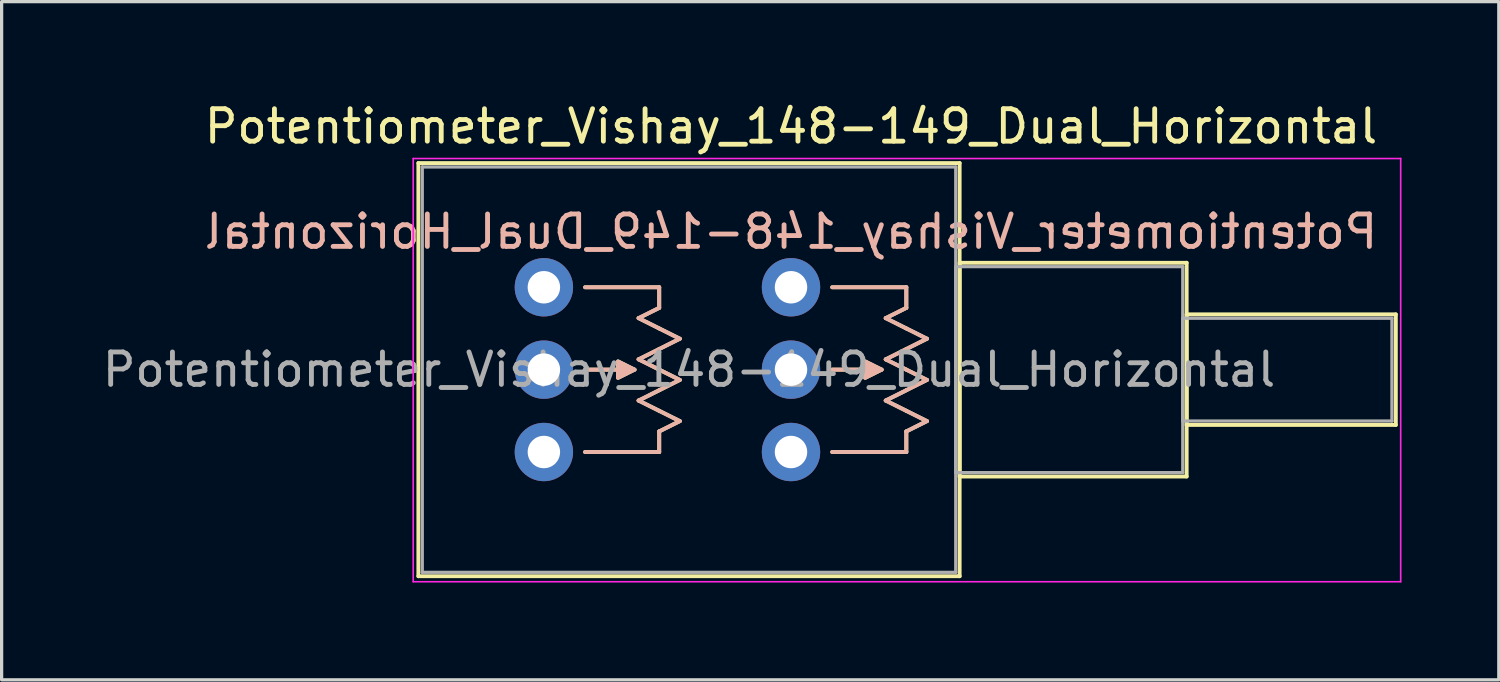
<source format=kicad_pcb>
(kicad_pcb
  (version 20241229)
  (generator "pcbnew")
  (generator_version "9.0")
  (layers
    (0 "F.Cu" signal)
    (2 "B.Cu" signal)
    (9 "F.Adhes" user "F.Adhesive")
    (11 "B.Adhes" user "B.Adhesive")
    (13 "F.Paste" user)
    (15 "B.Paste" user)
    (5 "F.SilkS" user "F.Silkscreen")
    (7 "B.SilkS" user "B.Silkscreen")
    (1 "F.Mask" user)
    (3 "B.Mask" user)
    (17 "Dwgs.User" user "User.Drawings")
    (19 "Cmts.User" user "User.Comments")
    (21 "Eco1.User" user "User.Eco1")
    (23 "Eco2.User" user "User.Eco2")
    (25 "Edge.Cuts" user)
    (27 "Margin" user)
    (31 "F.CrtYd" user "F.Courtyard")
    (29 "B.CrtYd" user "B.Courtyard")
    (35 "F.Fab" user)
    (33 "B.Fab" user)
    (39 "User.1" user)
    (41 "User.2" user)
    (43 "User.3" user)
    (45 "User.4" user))
  (footprint "Potentiometer_Vishay_148-149_Dual_Horizontal"
    (layer "F.Cu")
    (at 21.341 10.888)
    (property "Reference" "Potentiometer_Vishay_148-149_Dual_Horizontal" (at 0 -10.04 0) (layer "F.SilkS") (effects (font (size 1 1) (thickness 0.15))))
    (attr through_hole)
    (fp_line (start -11.49 -8.91) (end -11.49 3.83) (stroke (width 0.12) (type solid)) (layer "F.SilkS"))
    (fp_line (start -11.49 -8.91) (end 5.2 -8.91) (stroke (width 0.12) (type solid)) (layer "F.SilkS"))
    (fp_line (start -11.49 3.83) (end 5.2 3.83) (stroke (width 0.12) (type solid)) (layer "F.SilkS"))
    (fp_line (start -6.35 -5.08) (end -4.064 -5.08) (stroke (width 0.12) (type solid)) (layer "F.SilkS"))
    (fp_line (start -6.35 0) (end -4.064 0) (stroke (width 0.12) (type solid)) (layer "F.SilkS"))
    (fp_line (start -4.826 -2.54) (end -6.35 -2.54) (stroke (width 0.12) (type solid)) (layer "F.SilkS"))
    (fp_line (start -4.699 -4.128) (end -4.064 -3.81) (stroke (width 0.12) (type solid)) (layer "F.SilkS"))
    (fp_line (start -4.699 -2.857) (end -4.064 -2.54) (stroke (width 0.12) (type solid)) (layer "F.SilkS"))
    (fp_line (start -4.699 -1.587) (end -4.064 -1.27) (stroke (width 0.12) (type solid)) (layer "F.SilkS"))
    (fp_line (start -4.064 -5.08) (end -4.064 -4.445) (stroke (width 0.12) (type solid)) (layer "F.SilkS"))
    (fp_line (start -4.064 -4.445) (end -4.699 -4.128) (stroke (width 0.12) (type solid)) (layer "F.SilkS"))
    (fp_line (start -4.064 -3.175) (end -4.699 -2.857) (stroke (width 0.12) (type solid)) (layer "F.SilkS"))
    (fp_line (start -4.064 -3.175) (end -3.429 -3.493) (stroke (width 0.12) (type solid)) (layer "F.SilkS"))
    (fp_line (start -4.064 -1.905) (end -4.699 -1.587) (stroke (width 0.12) (type solid)) (layer "F.SilkS"))
    (fp_line (start -4.064 -1.905) (end -3.429 -2.223) (stroke (width 0.12) (type solid)) (layer "F.SilkS"))
    (fp_line (start -4.064 -0.635) (end -3.429 -0.953) (stroke (width 0.12) (type solid)) (layer "F.SilkS"))
    (fp_line (start -4.064 0) (end -4.064 -0.635) (stroke (width 0.12) (type solid)) (layer "F.SilkS"))
    (fp_line (start -3.429 -3.493) (end -4.064 -3.81) (stroke (width 0.12) (type solid)) (layer "F.SilkS"))
    (fp_line (start -3.429 -2.223) (end -4.064 -2.54) (stroke (width 0.12) (type solid)) (layer "F.SilkS"))
    (fp_line (start -3.429 -0.953) (end -4.064 -1.27) (stroke (width 0.12) (type solid)) (layer "F.SilkS"))
    (fp_line (start 1.27 -5.08) (end 3.556 -5.08) (stroke (width 0.12) (type solid)) (layer "F.SilkS"))
    (fp_line (start 1.27 0) (end 3.556 0) (stroke (width 0.12) (type solid)) (layer "F.SilkS"))
    (fp_line (start 2.794 -2.54) (end 1.27 -2.54) (stroke (width 0.12) (type solid)) (layer "F.SilkS"))
    (fp_line (start 2.921 -4.128) (end 3.556 -3.81) (stroke (width 0.12) (type solid)) (layer "F.SilkS"))
    (fp_line (start 2.921 -2.857) (end 3.556 -2.54) (stroke (width 0.12) (type solid)) (layer "F.SilkS"))
    (fp_line (start 2.921 -1.587) (end 3.556 -1.27) (stroke (width 0.12) (type solid)) (layer "F.SilkS"))
    (fp_line (start 3.556 -5.08) (end 3.556 -4.445) (stroke (width 0.12) (type solid)) (layer "F.SilkS"))
    (fp_line (start 3.556 -4.445) (end 2.921 -4.128) (stroke (width 0.12) (type solid)) (layer "F.SilkS"))
    (fp_line (start 3.556 -3.175) (end 2.921 -2.857) (stroke (width 0.12) (type solid)) (layer "F.SilkS"))
    (fp_line (start 3.556 -3.175) (end 4.191 -3.493) (stroke (width 0.12) (type solid)) (layer "F.SilkS"))
    (fp_line (start 3.556 -1.905) (end 2.921 -1.587) (stroke (width 0.12) (type solid)) (layer "F.SilkS"))
    (fp_line (start 3.556 -1.905) (end 4.191 -2.223) (stroke (width 0.12) (type solid)) (layer "F.SilkS"))
    (fp_line (start 3.556 -0.635) (end 4.191 -0.953) (stroke (width 0.12) (type solid)) (layer "F.SilkS"))
    (fp_line (start 3.556 0) (end 3.556 -0.635) (stroke (width 0.12) (type solid)) (layer "F.SilkS"))
    (fp_line (start 4.191 -3.493) (end 3.556 -3.81) (stroke (width 0.12) (type solid)) (layer "F.SilkS"))
    (fp_line (start 4.191 -2.223) (end 3.556 -2.54) (stroke (width 0.12) (type solid)) (layer "F.SilkS"))
    (fp_line (start 4.191 -0.953) (end 3.556 -1.27) (stroke (width 0.12) (type solid)) (layer "F.SilkS"))
    (fp_line (start 5.2 -8.91) (end 5.2 3.83) (stroke (width 0.12) (type solid)) (layer "F.SilkS"))
    (fp_line (start 5.2 -5.835) (end 5.2 0.755) (stroke (width 0.12) (type solid)) (layer "F.SilkS"))
    (fp_line (start 5.2 -5.835) (end 12.2 -5.835) (stroke (width 0.12) (type solid)) (layer "F.SilkS"))
    (fp_line (start 5.2 0.755) (end 12.2 0.755) (stroke (width 0.12) (type solid)) (layer "F.SilkS"))
    (fp_line (start 12.2 -5.835) (end 12.2 0.755) (stroke (width 0.12) (type solid)) (layer "F.SilkS"))
    (fp_line (start 12.2 -4.244) (end 12.2 -0.835) (stroke (width 0.12) (type solid)) (layer "F.SilkS"))
    (fp_line (start 12.2 -4.244) (end 18.65 -4.244) (stroke (width 0.12) (type solid)) (layer "F.SilkS"))
    (fp_line (start 12.2 -0.835) (end 18.65 -0.835) (stroke (width 0.12) (type solid)) (layer "F.SilkS"))
    (fp_line (start 18.65 -4.244) (end 18.65 -0.835) (stroke (width 0.12) (type solid)) (layer "F.SilkS"))
    (fp_poly (pts (xy -4.826 -2.54) (xy -5.334 -2.286) (xy -5.334 -2.794)) (stroke (width 0.12) (type solid)) (fill yes) (layer "F.SilkS"))
    (fp_poly (pts (xy 2.794 -2.54) (xy 2.286 -2.286) (xy 2.286 -2.794)) (stroke (width 0.12) (type solid)) (fill yes) (layer "F.SilkS"))
    (fp_line (start -6.35 -5.08) (end -4.064 -5.08) (stroke (width 0.12) (type solid)) (layer "B.SilkS"))
    (fp_line (start -6.35 -2.54) (end -4.826 -2.54) (stroke (width 0.12) (type solid)) (layer "B.SilkS"))
    (fp_line (start -4.699 -4.128) (end -3.429 -3.493) (stroke (width 0.12) (type solid)) (layer "B.SilkS"))
    (fp_line (start -4.699 -2.857) (end -3.429 -2.223) (stroke (width 0.12) (type solid)) (layer "B.SilkS"))
    (fp_line (start -4.699 -1.587) (end -3.429 -0.953) (stroke (width 0.12) (type solid)) (layer "B.SilkS"))
    (fp_line (start -4.064 -5.08) (end -4.064 -4.445) (stroke (width 0.12) (type solid)) (layer "B.SilkS"))
    (fp_line (start -4.064 -4.445) (end -4.699 -4.128) (stroke (width 0.12) (type solid)) (layer "B.SilkS"))
    (fp_line (start -4.064 -0.635) (end -4.064 0) (stroke (width 0.12) (type solid)) (layer "B.SilkS"))
    (fp_line (start -4.064 0) (end -6.35 0) (stroke (width 0.12) (type solid)) (layer "B.SilkS"))
    (fp_line (start -3.429 -3.493) (end -4.699 -2.857) (stroke (width 0.12) (type solid)) (layer "B.SilkS"))
    (fp_line (start -3.429 -2.223) (end -4.699 -1.587) (stroke (width 0.12) (type solid)) (layer "B.SilkS"))
    (fp_line (start -3.429 -0.953) (end -4.064 -0.635) (stroke (width 0.12) (type solid)) (layer "B.SilkS"))
    (fp_line (start 1.27 -5.08) (end 3.556 -5.08) (stroke (width 0.12) (type solid)) (layer "B.SilkS"))
    (fp_line (start 1.27 -2.54) (end 2.794 -2.54) (stroke (width 0.12) (type solid)) (layer "B.SilkS"))
    (fp_line (start 2.921 -4.128) (end 4.191 -3.493) (stroke (width 0.12) (type solid)) (layer "B.SilkS"))
    (fp_line (start 2.921 -2.857) (end 4.191 -2.223) (stroke (width 0.12) (type solid)) (layer "B.SilkS"))
    (fp_line (start 2.921 -1.587) (end 4.191 -0.953) (stroke (width 0.12) (type solid)) (layer "B.SilkS"))
    (fp_line (start 3.556 -5.08) (end 3.556 -4.445) (stroke (width 0.12) (type solid)) (layer "B.SilkS"))
    (fp_line (start 3.556 -4.445) (end 2.921 -4.128) (stroke (width 0.12) (type solid)) (layer "B.SilkS"))
    (fp_line (start 3.556 -0.635) (end 3.556 0) (stroke (width 0.12) (type solid)) (layer "B.SilkS"))
    (fp_line (start 3.556 0) (end 1.27 0) (stroke (width 0.12) (type solid)) (layer "B.SilkS"))
    (fp_line (start 4.191 -3.493) (end 2.921 -2.857) (stroke (width 0.12) (type solid)) (layer "B.SilkS"))
    (fp_line (start 4.191 -2.223) (end 2.921 -1.587) (stroke (width 0.12) (type solid)) (layer "B.SilkS"))
    (fp_line (start 4.191 -0.953) (end 3.556 -0.635) (stroke (width 0.12) (type solid)) (layer "B.SilkS"))
    (fp_poly (pts (xy -4.826 -2.54) (xy -5.334 -2.286) (xy -5.334 -2.794)) (stroke (width 0.12) (type solid)) (fill yes) (layer "B.SilkS"))
    (fp_poly (pts (xy 2.794 -2.54) (xy 2.286 -2.286) (xy 2.286 -2.794)) (stroke (width 0.12) (type solid)) (fill yes) (layer "B.SilkS"))
    (fp_line (start -11.65 -9.05) (end -11.65 4) (stroke (width 0.05) (type solid)) (layer "F.CrtYd"))
    (fp_line (start -11.65 4) (end 18.8 4) (stroke (width 0.05) (type solid)) (layer "F.CrtYd"))
    (fp_line (start 18.8 -9.05) (end -11.65 -9.05) (stroke (width 0.05) (type solid)) (layer "F.CrtYd"))
    (fp_line (start 18.8 4) (end 18.8 -9.05) (stroke (width 0.05) (type solid)) (layer "F.CrtYd"))
    (fp_line (start -11.37 -8.79) (end -11.37 3.71) (stroke (width 0.1) (type solid)) (layer "F.Fab"))
    (fp_line (start -11.37 3.71) (end 5.08 3.71) (stroke (width 0.1) (type solid)) (layer "F.Fab"))
    (fp_line (start 5.08 -8.79) (end -11.37 -8.79) (stroke (width 0.1) (type solid)) (layer "F.Fab"))
    (fp_line (start 5.08 -5.715) (end 5.08 0.635) (stroke (width 0.1) (type solid)) (layer "F.Fab"))
    (fp_line (start 5.08 0.635) (end 12.08 0.635) (stroke (width 0.1) (type solid)) (layer "F.Fab"))
    (fp_line (start 5.08 3.71) (end 5.08 -8.79) (stroke (width 0.1) (type solid)) (layer "F.Fab"))
    (fp_line (start 12.08 -5.715) (end 5.08 -5.715) (stroke (width 0.1) (type solid)) (layer "F.Fab"))
    (fp_line (start 12.08 -4.125) (end 12.08 -0.955) (stroke (width 0.1) (type solid)) (layer "F.Fab"))
    (fp_line (start 12.08 -0.955) (end 18.53 -0.955) (stroke (width 0.1) (type solid)) (layer "F.Fab"))
    (fp_line (start 12.08 0.635) (end 12.08 -5.715) (stroke (width 0.1) (type solid)) (layer "F.Fab"))
    (fp_line (start 18.53 -4.125) (end 12.08 -4.125) (stroke (width 0.1) (type solid)) (layer "F.Fab"))
    (fp_line (start 18.53 -0.955) (end 18.53 -4.125) (stroke (width 0.1) (type solid)) (layer "F.Fab"))
    (fp_text user "${REFERENCE}" (at 0 -6.795 0) (unlocked yes) (layer "B.SilkS") (effects (font (size 1 1) (thickness 0.15)) (justify mirror)))
    (fp_text user "${REFERENCE}" (at -3.145 -2.54 0) (layer "F.Fab") (effects (font (size 1 1) (thickness 0.15))))
    (pad "1" thru_hole circle (at 0 0) (size 1.8 1.8) (drill 1) (layers "*.Cu" "*.Mask"))
    (pad "2" thru_hole circle (at 0 -2.54) (size 1.8 1.8) (drill 1) (layers "*.Cu" "*.Mask"))
    (pad "3" thru_hole circle (at 0 -5.08) (size 1.8 1.8) (drill 1) (layers "*.Cu" "*.Mask"))
    (pad "4" thru_hole circle (at -7.62 0) (size 1.8 1.8) (drill 1) (layers "*.Cu" "*.Mask"))
    (pad "5" thru_hole circle (at -7.62 -2.54) (size 1.8 1.8) (drill 1) (layers "*.Cu" "*.Mask"))
    (pad "6" thru_hole circle (at -7.62 -5.08) (size 1.8 1.8) (drill 1) (layers "*.Cu" "*.Mask")))
  (gr_rect
    (start -3 -3)
    (end 43.166 17.913)
    (stroke (width 0.1) (type default))
    (fill no)
    (layer "Edge.Cuts")))
</source>
